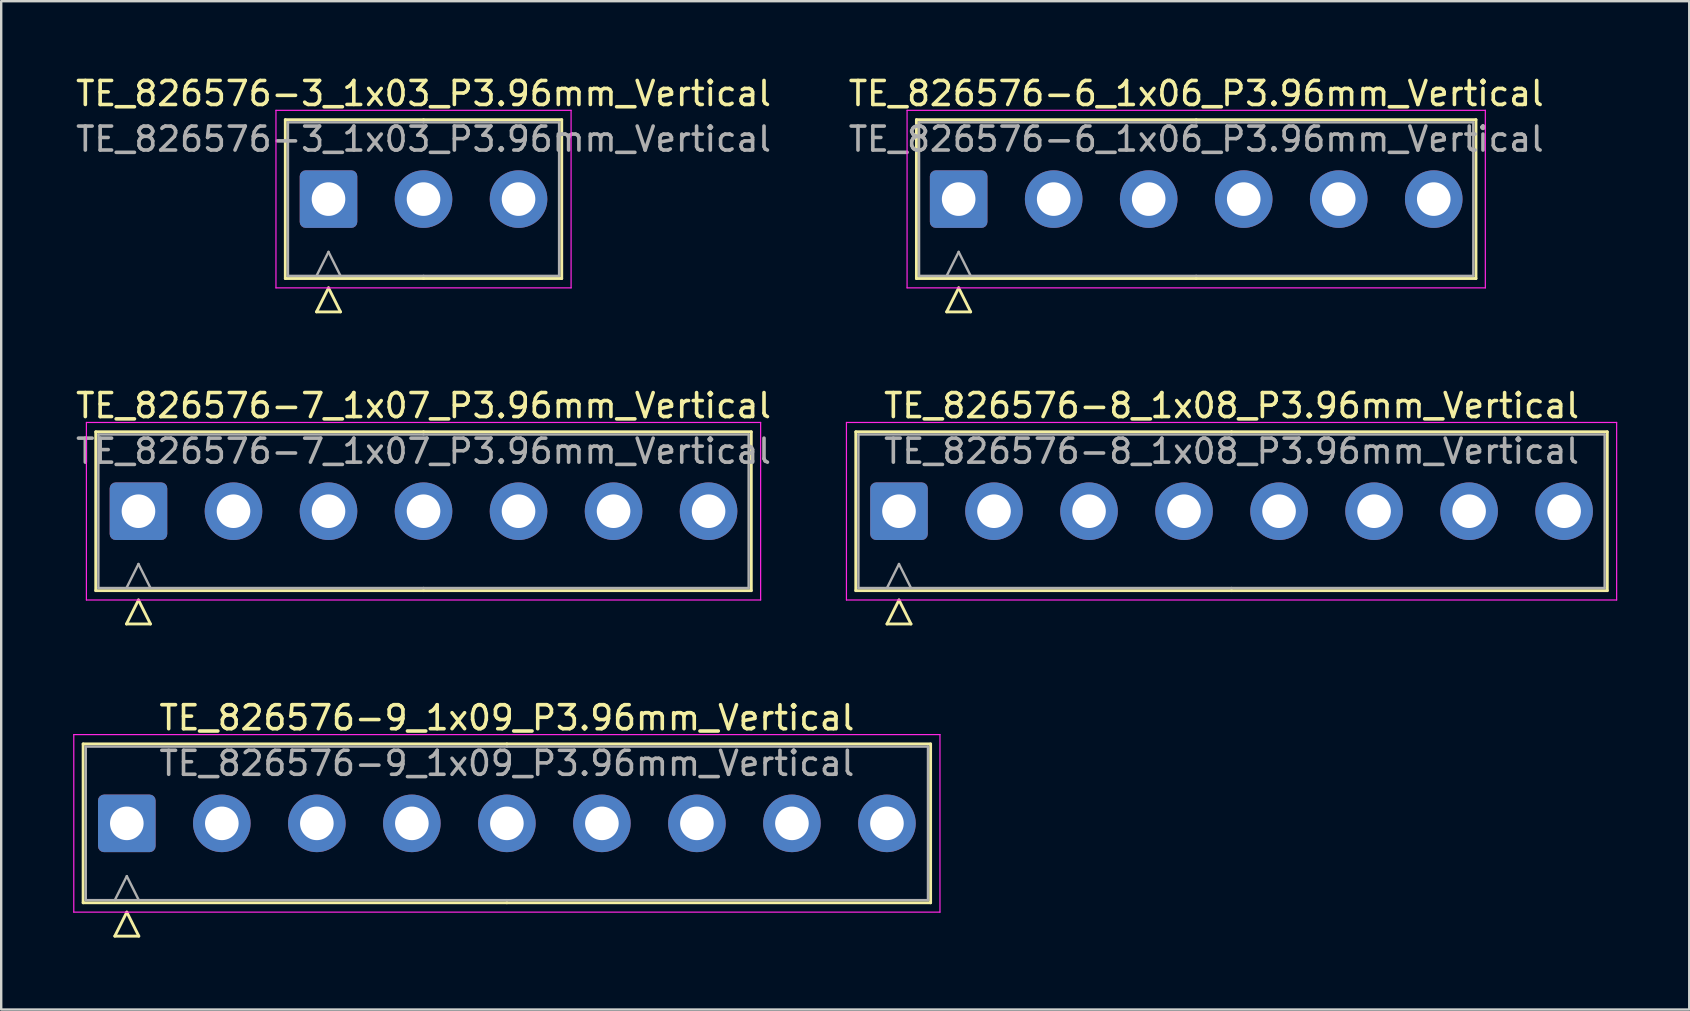
<source format=kicad_pcb>
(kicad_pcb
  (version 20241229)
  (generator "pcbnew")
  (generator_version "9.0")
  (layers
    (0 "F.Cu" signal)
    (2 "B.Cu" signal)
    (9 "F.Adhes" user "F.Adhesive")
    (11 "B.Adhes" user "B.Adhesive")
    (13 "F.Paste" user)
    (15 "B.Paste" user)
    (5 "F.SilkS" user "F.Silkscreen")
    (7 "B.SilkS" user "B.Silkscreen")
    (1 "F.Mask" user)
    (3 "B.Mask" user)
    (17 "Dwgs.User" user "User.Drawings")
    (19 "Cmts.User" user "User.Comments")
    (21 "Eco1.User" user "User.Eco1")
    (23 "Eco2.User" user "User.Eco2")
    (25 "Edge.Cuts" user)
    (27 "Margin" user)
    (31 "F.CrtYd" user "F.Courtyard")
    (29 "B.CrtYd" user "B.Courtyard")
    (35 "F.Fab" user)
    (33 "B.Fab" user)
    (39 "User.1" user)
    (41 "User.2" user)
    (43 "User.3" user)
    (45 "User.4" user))
  (footprint "TE_826576-7_1x07_P3.96mm_Vertical"
    (layer "F.Cu")
    (at 2.721 18.256)
    (property "Reference" "TE_826576-7_1x07_P3.96mm_Vertical" (at 11.88 -4.4 0) (layer "F.SilkS") (effects (font (size 1 1) (thickness 0.15))))
    (attr through_hole)
    (fp_line (start -1.78 -3.31) (end -1.78 3.31) (stroke (width 0.12) (type solid)) (layer "F.SilkS"))
    (fp_line (start -1.78 3.31) (end 11.88 3.31) (stroke (width 0.12) (type solid)) (layer "F.SilkS"))
    (fp_line (start -0.5 4.7) (end 0 3.7) (stroke (width 0.12) (type solid)) (layer "F.SilkS"))
    (fp_line (start 0 3.7) (end 0.5 4.7) (stroke (width 0.12) (type solid)) (layer "F.SilkS"))
    (fp_line (start 0.5 4.7) (end -0.5 4.7) (stroke (width 0.12) (type solid)) (layer "F.SilkS"))
    (fp_line (start 11.88 -3.31) (end -1.78 -3.31) (stroke (width 0.12) (type solid)) (layer "F.SilkS"))
    (fp_line (start 11.88 -3.31) (end 25.54 -3.31) (stroke (width 0.12) (type solid)) (layer "F.SilkS"))
    (fp_line (start 25.54 -3.31) (end 25.54 3.31) (stroke (width 0.12) (type solid)) (layer "F.SilkS"))
    (fp_line (start 25.54 3.31) (end 11.88 3.31) (stroke (width 0.12) (type solid)) (layer "F.SilkS"))
    (fp_line (start -2.17 -3.7) (end -2.17 3.7) (stroke (width 0.05) (type solid)) (layer "F.CrtYd"))
    (fp_line (start -2.17 3.7) (end 25.93 3.7) (stroke (width 0.05) (type solid)) (layer "F.CrtYd"))
    (fp_line (start 25.93 -3.7) (end -2.17 -3.7) (stroke (width 0.05) (type solid)) (layer "F.CrtYd"))
    (fp_line (start 25.93 3.7) (end 25.93 -3.7) (stroke (width 0.05) (type solid)) (layer "F.CrtYd"))
    (fp_line (start -1.67 -3.2) (end -1.67 3.2) (stroke (width 0.1) (type solid)) (layer "F.Fab"))
    (fp_line (start -1.67 3.2) (end 11.88 3.2) (stroke (width 0.1) (type solid)) (layer "F.Fab"))
    (fp_line (start -0.5 3.2) (end 0 2.2) (stroke (width 0.1) (type solid)) (layer "F.Fab"))
    (fp_line (start 0 2.2) (end 0.5 3.2) (stroke (width 0.1) (type solid)) (layer "F.Fab"))
    (fp_line (start 11.88 -3.2) (end -1.67 -3.2) (stroke (width 0.1) (type solid)) (layer "F.Fab"))
    (fp_line (start 11.88 -3.2) (end 25.43 -3.2) (stroke (width 0.1) (type solid)) (layer "F.Fab"))
    (fp_line (start 25.43 -3.2) (end 25.43 3.2) (stroke (width 0.1) (type solid)) (layer "F.Fab"))
    (fp_line (start 25.43 3.2) (end 11.88 3.2) (stroke (width 0.1) (type solid)) (layer "F.Fab"))
    (fp_text user "${REFERENCE}" (at 11.88 -2.5 0) (layer "F.Fab") (effects (font (size 1 1) (thickness 0.15))))
    (pad "1" thru_hole roundrect (at 0 0) (size 2.4 2.4) (drill 1.4) (layers "*.Cu" "*.Mask") (roundrect_rratio 0.104))
    (pad "2" thru_hole circle (at 3.96 0) (size 2.4 2.4) (drill 1.4) (layers "*.Cu" "*.Mask"))
    (pad "3" thru_hole circle (at 7.92 0) (size 2.4 2.4) (drill 1.4) (layers "*.Cu" "*.Mask"))
    (pad "4" thru_hole circle (at 11.88 0) (size 2.4 2.4) (drill 1.4) (layers "*.Cu" "*.Mask"))
    (pad "5" thru_hole circle (at 15.84 0) (size 2.4 2.4) (drill 1.4) (layers "*.Cu" "*.Mask"))
    (pad "6" thru_hole circle (at 19.8 0) (size 2.4 2.4) (drill 1.4) (layers "*.Cu" "*.Mask"))
    (pad "7" thru_hole circle (at 23.76 0) (size 2.4 2.4) (drill 1.4) (layers "*.Cu" "*.Mask")))
  (footprint "TE_826576-3_1x03_P3.96mm_Vertical"
    (layer "F.Cu")
    (at 10.641 5.248)
    (property "Reference" "TE_826576-3_1x03_P3.96mm_Vertical" (at 3.96 -4.4 0) (layer "F.SilkS") (effects (font (size 1 1) (thickness 0.15))))
    (attr through_hole)
    (fp_line (start -1.8 -3.31) (end -1.8 3.31) (stroke (width 0.12) (type solid)) (layer "F.SilkS"))
    (fp_line (start -1.8 3.31) (end 3.96 3.31) (stroke (width 0.12) (type solid)) (layer "F.SilkS"))
    (fp_line (start -0.5 4.7) (end 0 3.7) (stroke (width 0.12) (type solid)) (layer "F.SilkS"))
    (fp_line (start 0 3.7) (end 0.5 4.7) (stroke (width 0.12) (type solid)) (layer "F.SilkS"))
    (fp_line (start 0.5 4.7) (end -0.5 4.7) (stroke (width 0.12) (type solid)) (layer "F.SilkS"))
    (fp_line (start 3.96 -3.31) (end -1.8 -3.31) (stroke (width 0.12) (type solid)) (layer "F.SilkS"))
    (fp_line (start 3.96 -3.31) (end 9.72 -3.31) (stroke (width 0.12) (type solid)) (layer "F.SilkS"))
    (fp_line (start 9.72 -3.31) (end 9.72 3.31) (stroke (width 0.12) (type solid)) (layer "F.SilkS"))
    (fp_line (start 9.72 3.31) (end 3.96 3.31) (stroke (width 0.12) (type solid)) (layer "F.SilkS"))
    (fp_line (start -2.19 -3.7) (end -2.19 3.7) (stroke (width 0.05) (type solid)) (layer "F.CrtYd"))
    (fp_line (start -2.19 3.7) (end 10.11 3.7) (stroke (width 0.05) (type solid)) (layer "F.CrtYd"))
    (fp_line (start 10.11 -3.7) (end -2.19 -3.7) (stroke (width 0.05) (type solid)) (layer "F.CrtYd"))
    (fp_line (start 10.11 3.7) (end 10.11 -3.7) (stroke (width 0.05) (type solid)) (layer "F.CrtYd"))
    (fp_line (start -1.69 -3.2) (end -1.69 3.2) (stroke (width 0.1) (type solid)) (layer "F.Fab"))
    (fp_line (start -1.69 3.2) (end 3.96 3.2) (stroke (width 0.1) (type solid)) (layer "F.Fab"))
    (fp_line (start -0.5 3.2) (end 0 2.2) (stroke (width 0.1) (type solid)) (layer "F.Fab"))
    (fp_line (start 0 2.2) (end 0.5 3.2) (stroke (width 0.1) (type solid)) (layer "F.Fab"))
    (fp_line (start 3.96 -3.2) (end -1.69 -3.2) (stroke (width 0.1) (type solid)) (layer "F.Fab"))
    (fp_line (start 3.96 -3.2) (end 9.61 -3.2) (stroke (width 0.1) (type solid)) (layer "F.Fab"))
    (fp_line (start 9.61 -3.2) (end 9.61 3.2) (stroke (width 0.1) (type solid)) (layer "F.Fab"))
    (fp_line (start 9.61 3.2) (end 3.96 3.2) (stroke (width 0.1) (type solid)) (layer "F.Fab"))
    (fp_text user "${REFERENCE}" (at 3.96 -2.5 0) (layer "F.Fab") (effects (font (size 1 1) (thickness 0.15))))
    (pad "1" thru_hole roundrect (at 0 0) (size 2.4 2.4) (drill 1.4) (layers "*.Cu" "*.Mask") (roundrect_rratio 0.104))
    (pad "2" thru_hole circle (at 3.96 0) (size 2.4 2.4) (drill 1.4) (layers "*.Cu" "*.Mask"))
    (pad "3" thru_hole circle (at 7.92 0) (size 2.4 2.4) (drill 1.4) (layers "*.Cu" "*.Mask")))
  (footprint "TE_826576-6_1x06_P3.96mm_Vertical"
    (layer "F.Cu")
    (at 36.904 5.248)
    (property "Reference" "TE_826576-6_1x06_P3.96mm_Vertical" (at 9.9 -4.4 0) (layer "F.SilkS") (effects (font (size 1 1) (thickness 0.15))))
    (attr through_hole)
    (fp_line (start -1.76 -3.31) (end -1.76 3.31) (stroke (width 0.12) (type solid)) (layer "F.SilkS"))
    (fp_line (start -1.76 3.31) (end 9.9 3.31) (stroke (width 0.12) (type solid)) (layer "F.SilkS"))
    (fp_line (start -0.5 4.7) (end 0 3.7) (stroke (width 0.12) (type solid)) (layer "F.SilkS"))
    (fp_line (start 0 3.7) (end 0.5 4.7) (stroke (width 0.12) (type solid)) (layer "F.SilkS"))
    (fp_line (start 0.5 4.7) (end -0.5 4.7) (stroke (width 0.12) (type solid)) (layer "F.SilkS"))
    (fp_line (start 9.9 -3.31) (end -1.76 -3.31) (stroke (width 0.12) (type solid)) (layer "F.SilkS"))
    (fp_line (start 9.9 -3.31) (end 21.56 -3.31) (stroke (width 0.12) (type solid)) (layer "F.SilkS"))
    (fp_line (start 21.56 -3.31) (end 21.56 3.31) (stroke (width 0.12) (type solid)) (layer "F.SilkS"))
    (fp_line (start 21.56 3.31) (end 9.9 3.31) (stroke (width 0.12) (type solid)) (layer "F.SilkS"))
    (fp_line (start -2.15 -3.7) (end -2.15 3.7) (stroke (width 0.05) (type solid)) (layer "F.CrtYd"))
    (fp_line (start -2.15 3.7) (end 21.95 3.7) (stroke (width 0.05) (type solid)) (layer "F.CrtYd"))
    (fp_line (start 21.95 -3.7) (end -2.15 -3.7) (stroke (width 0.05) (type solid)) (layer "F.CrtYd"))
    (fp_line (start 21.95 3.7) (end 21.95 -3.7) (stroke (width 0.05) (type solid)) (layer "F.CrtYd"))
    (fp_line (start -1.65 -3.2) (end -1.65 3.2) (stroke (width 0.1) (type solid)) (layer "F.Fab"))
    (fp_line (start -1.65 3.2) (end 9.9 3.2) (stroke (width 0.1) (type solid)) (layer "F.Fab"))
    (fp_line (start -0.5 3.2) (end 0 2.2) (stroke (width 0.1) (type solid)) (layer "F.Fab"))
    (fp_line (start 0 2.2) (end 0.5 3.2) (stroke (width 0.1) (type solid)) (layer "F.Fab"))
    (fp_line (start 9.9 -3.2) (end -1.65 -3.2) (stroke (width 0.1) (type solid)) (layer "F.Fab"))
    (fp_line (start 9.9 -3.2) (end 21.45 -3.2) (stroke (width 0.1) (type solid)) (layer "F.Fab"))
    (fp_line (start 21.45 -3.2) (end 21.45 3.2) (stroke (width 0.1) (type solid)) (layer "F.Fab"))
    (fp_line (start 21.45 3.2) (end 9.9 3.2) (stroke (width 0.1) (type solid)) (layer "F.Fab"))
    (fp_text user "${REFERENCE}" (at 9.9 -2.5 0) (layer "F.Fab") (effects (font (size 1 1) (thickness 0.15))))
    (pad "1" thru_hole roundrect (at 0 0) (size 2.4 2.4) (drill 1.4) (layers "*.Cu" "*.Mask") (roundrect_rratio 0.104))
    (pad "2" thru_hole circle (at 3.96 0) (size 2.4 2.4) (drill 1.4) (layers "*.Cu" "*.Mask"))
    (pad "3" thru_hole circle (at 7.92 0) (size 2.4 2.4) (drill 1.4) (layers "*.Cu" "*.Mask"))
    (pad "4" thru_hole circle (at 11.88 0) (size 2.4 2.4) (drill 1.4) (layers "*.Cu" "*.Mask"))
    (pad "5" thru_hole circle (at 15.84 0) (size 2.4 2.4) (drill 1.4) (layers "*.Cu" "*.Mask"))
    (pad "6" thru_hole circle (at 19.8 0) (size 2.4 2.4) (drill 1.4) (layers "*.Cu" "*.Mask")))
  (footprint "TE_826576-9_1x09_P3.96mm_Vertical"
    (layer "F.Cu")
    (at 2.235 31.265)
    (property "Reference" "TE_826576-9_1x09_P3.96mm_Vertical" (at 15.84 -4.4 0) (layer "F.SilkS") (effects (font (size 1 1) (thickness 0.15))))
    (attr through_hole)
    (fp_line (start -1.82 -3.31) (end -1.82 3.31) (stroke (width 0.12) (type solid)) (layer "F.SilkS"))
    (fp_line (start -1.82 3.31) (end 15.84 3.31) (stroke (width 0.12) (type solid)) (layer "F.SilkS"))
    (fp_line (start -0.5 4.7) (end 0 3.7) (stroke (width 0.12) (type solid)) (layer "F.SilkS"))
    (fp_line (start 0 3.7) (end 0.5 4.7) (stroke (width 0.12) (type solid)) (layer "F.SilkS"))
    (fp_line (start 0.5 4.7) (end -0.5 4.7) (stroke (width 0.12) (type solid)) (layer "F.SilkS"))
    (fp_line (start 15.84 -3.31) (end -1.82 -3.31) (stroke (width 0.12) (type solid)) (layer "F.SilkS"))
    (fp_line (start 15.84 -3.31) (end 33.5 -3.31) (stroke (width 0.12) (type solid)) (layer "F.SilkS"))
    (fp_line (start 33.5 -3.31) (end 33.5 3.31) (stroke (width 0.12) (type solid)) (layer "F.SilkS"))
    (fp_line (start 33.5 3.31) (end 15.84 3.31) (stroke (width 0.12) (type solid)) (layer "F.SilkS"))
    (fp_line (start -2.21 -3.7) (end -2.21 3.7) (stroke (width 0.05) (type solid)) (layer "F.CrtYd"))
    (fp_line (start -2.21 3.7) (end 33.89 3.7) (stroke (width 0.05) (type solid)) (layer "F.CrtYd"))
    (fp_line (start 33.89 -3.7) (end -2.21 -3.7) (stroke (width 0.05) (type solid)) (layer "F.CrtYd"))
    (fp_line (start 33.89 3.7) (end 33.89 -3.7) (stroke (width 0.05) (type solid)) (layer "F.CrtYd"))
    (fp_line (start -1.71 -3.2) (end -1.71 3.2) (stroke (width 0.1) (type solid)) (layer "F.Fab"))
    (fp_line (start -1.71 3.2) (end 15.84 3.2) (stroke (width 0.1) (type solid)) (layer "F.Fab"))
    (fp_line (start -0.5 3.2) (end 0 2.2) (stroke (width 0.1) (type solid)) (layer "F.Fab"))
    (fp_line (start 0 2.2) (end 0.5 3.2) (stroke (width 0.1) (type solid)) (layer "F.Fab"))
    (fp_line (start 15.84 -3.2) (end -1.71 -3.2) (stroke (width 0.1) (type solid)) (layer "F.Fab"))
    (fp_line (start 15.84 -3.2) (end 33.39 -3.2) (stroke (width 0.1) (type solid)) (layer "F.Fab"))
    (fp_line (start 33.39 -3.2) (end 33.39 3.2) (stroke (width 0.1) (type solid)) (layer "F.Fab"))
    (fp_line (start 33.39 3.2) (end 15.84 3.2) (stroke (width 0.1) (type solid)) (layer "F.Fab"))
    (fp_text user "${REFERENCE}" (at 15.84 -2.5 0) (layer "F.Fab") (effects (font (size 1 1) (thickness 0.15))))
    (pad "1" thru_hole roundrect (at 0 0) (size 2.4 2.4) (drill 1.4) (layers "*.Cu" "*.Mask") (roundrect_rratio 0.104))
    (pad "2" thru_hole circle (at 3.96 0) (size 2.4 2.4) (drill 1.4) (layers "*.Cu" "*.Mask"))
    (pad "3" thru_hole circle (at 7.92 0) (size 2.4 2.4) (drill 1.4) (layers "*.Cu" "*.Mask"))
    (pad "4" thru_hole circle (at 11.88 0) (size 2.4 2.4) (drill 1.4) (layers "*.Cu" "*.Mask"))
    (pad "5" thru_hole circle (at 15.84 0) (size 2.4 2.4) (drill 1.4) (layers "*.Cu" "*.Mask"))
    (pad "6" thru_hole circle (at 19.8 0) (size 2.4 2.4) (drill 1.4) (layers "*.Cu" "*.Mask"))
    (pad "7" thru_hole circle (at 23.76 0) (size 2.4 2.4) (drill 1.4) (layers "*.Cu" "*.Mask"))
    (pad "8" thru_hole circle (at 27.72 0) (size 2.4 2.4) (drill 1.4) (layers "*.Cu" "*.Mask"))
    (pad "9" thru_hole circle (at 31.68 0) (size 2.4 2.4) (drill 1.4) (layers "*.Cu" "*.Mask")))
  (footprint "TE_826576-8_1x08_P3.96mm_Vertical"
    (layer "F.Cu")
    (at 34.417 18.256)
    (property "Reference" "TE_826576-8_1x08_P3.96mm_Vertical" (at 13.86 -4.4 0) (layer "F.SilkS") (effects (font (size 1 1) (thickness 0.15))))
    (attr through_hole)
    (fp_line (start -1.8 -3.31) (end -1.8 3.31) (stroke (width 0.12) (type solid)) (layer "F.SilkS"))
    (fp_line (start -1.8 3.31) (end 13.86 3.31) (stroke (width 0.12) (type solid)) (layer "F.SilkS"))
    (fp_line (start -0.5 4.7) (end 0 3.7) (stroke (width 0.12) (type solid)) (layer "F.SilkS"))
    (fp_line (start 0 3.7) (end 0.5 4.7) (stroke (width 0.12) (type solid)) (layer "F.SilkS"))
    (fp_line (start 0.5 4.7) (end -0.5 4.7) (stroke (width 0.12) (type solid)) (layer "F.SilkS"))
    (fp_line (start 13.86 -3.31) (end -1.8 -3.31) (stroke (width 0.12) (type solid)) (layer "F.SilkS"))
    (fp_line (start 13.86 -3.31) (end 29.52 -3.31) (stroke (width 0.12) (type solid)) (layer "F.SilkS"))
    (fp_line (start 29.52 -3.31) (end 29.52 3.31) (stroke (width 0.12) (type solid)) (layer "F.SilkS"))
    (fp_line (start 29.52 3.31) (end 13.86 3.31) (stroke (width 0.12) (type solid)) (layer "F.SilkS"))
    (fp_line (start -2.19 -3.7) (end -2.19 3.7) (stroke (width 0.05) (type solid)) (layer "F.CrtYd"))
    (fp_line (start -2.19 3.7) (end 29.91 3.7) (stroke (width 0.05) (type solid)) (layer "F.CrtYd"))
    (fp_line (start 29.91 -3.7) (end -2.19 -3.7) (stroke (width 0.05) (type solid)) (layer "F.CrtYd"))
    (fp_line (start 29.91 3.7) (end 29.91 -3.7) (stroke (width 0.05) (type solid)) (layer "F.CrtYd"))
    (fp_line (start -1.69 -3.2) (end -1.69 3.2) (stroke (width 0.1) (type solid)) (layer "F.Fab"))
    (fp_line (start -1.69 3.2) (end 13.86 3.2) (stroke (width 0.1) (type solid)) (layer "F.Fab"))
    (fp_line (start -0.5 3.2) (end 0 2.2) (stroke (width 0.1) (type solid)) (layer "F.Fab"))
    (fp_line (start 0 2.2) (end 0.5 3.2) (stroke (width 0.1) (type solid)) (layer "F.Fab"))
    (fp_line (start 13.86 -3.2) (end -1.69 -3.2) (stroke (width 0.1) (type solid)) (layer "F.Fab"))
    (fp_line (start 13.86 -3.2) (end 29.41 -3.2) (stroke (width 0.1) (type solid)) (layer "F.Fab"))
    (fp_line (start 29.41 -3.2) (end 29.41 3.2) (stroke (width 0.1) (type solid)) (layer "F.Fab"))
    (fp_line (start 29.41 3.2) (end 13.86 3.2) (stroke (width 0.1) (type solid)) (layer "F.Fab"))
    (fp_text user "${REFERENCE}" (at 13.86 -2.5 0) (layer "F.Fab") (effects (font (size 1 1) (thickness 0.15))))
    (pad "1" thru_hole roundrect (at 0 0) (size 2.4 2.4) (drill 1.4) (layers "*.Cu" "*.Mask") (roundrect_rratio 0.104))
    (pad "2" thru_hole circle (at 3.96 0) (size 2.4 2.4) (drill 1.4) (layers "*.Cu" "*.Mask"))
    (pad "3" thru_hole circle (at 7.92 0) (size 2.4 2.4) (drill 1.4) (layers "*.Cu" "*.Mask"))
    (pad "4" thru_hole circle (at 11.88 0) (size 2.4 2.4) (drill 1.4) (layers "*.Cu" "*.Mask"))
    (pad "5" thru_hole circle (at 15.84 0) (size 2.4 2.4) (drill 1.4) (layers "*.Cu" "*.Mask"))
    (pad "6" thru_hole circle (at 19.8 0) (size 2.4 2.4) (drill 1.4) (layers "*.Cu" "*.Mask"))
    (pad "7" thru_hole circle (at 23.76 0) (size 2.4 2.4) (drill 1.4) (layers "*.Cu" "*.Mask"))
    (pad "8" thru_hole circle (at 27.72 0) (size 2.4 2.4) (drill 1.4) (layers "*.Cu" "*.Mask")))
  (gr_rect
    (start -3 -3)
    (end 67.352 39.025)
    (stroke (width 0.1) (type default))
    (fill no)
    (layer "Edge.Cuts")))
</source>
